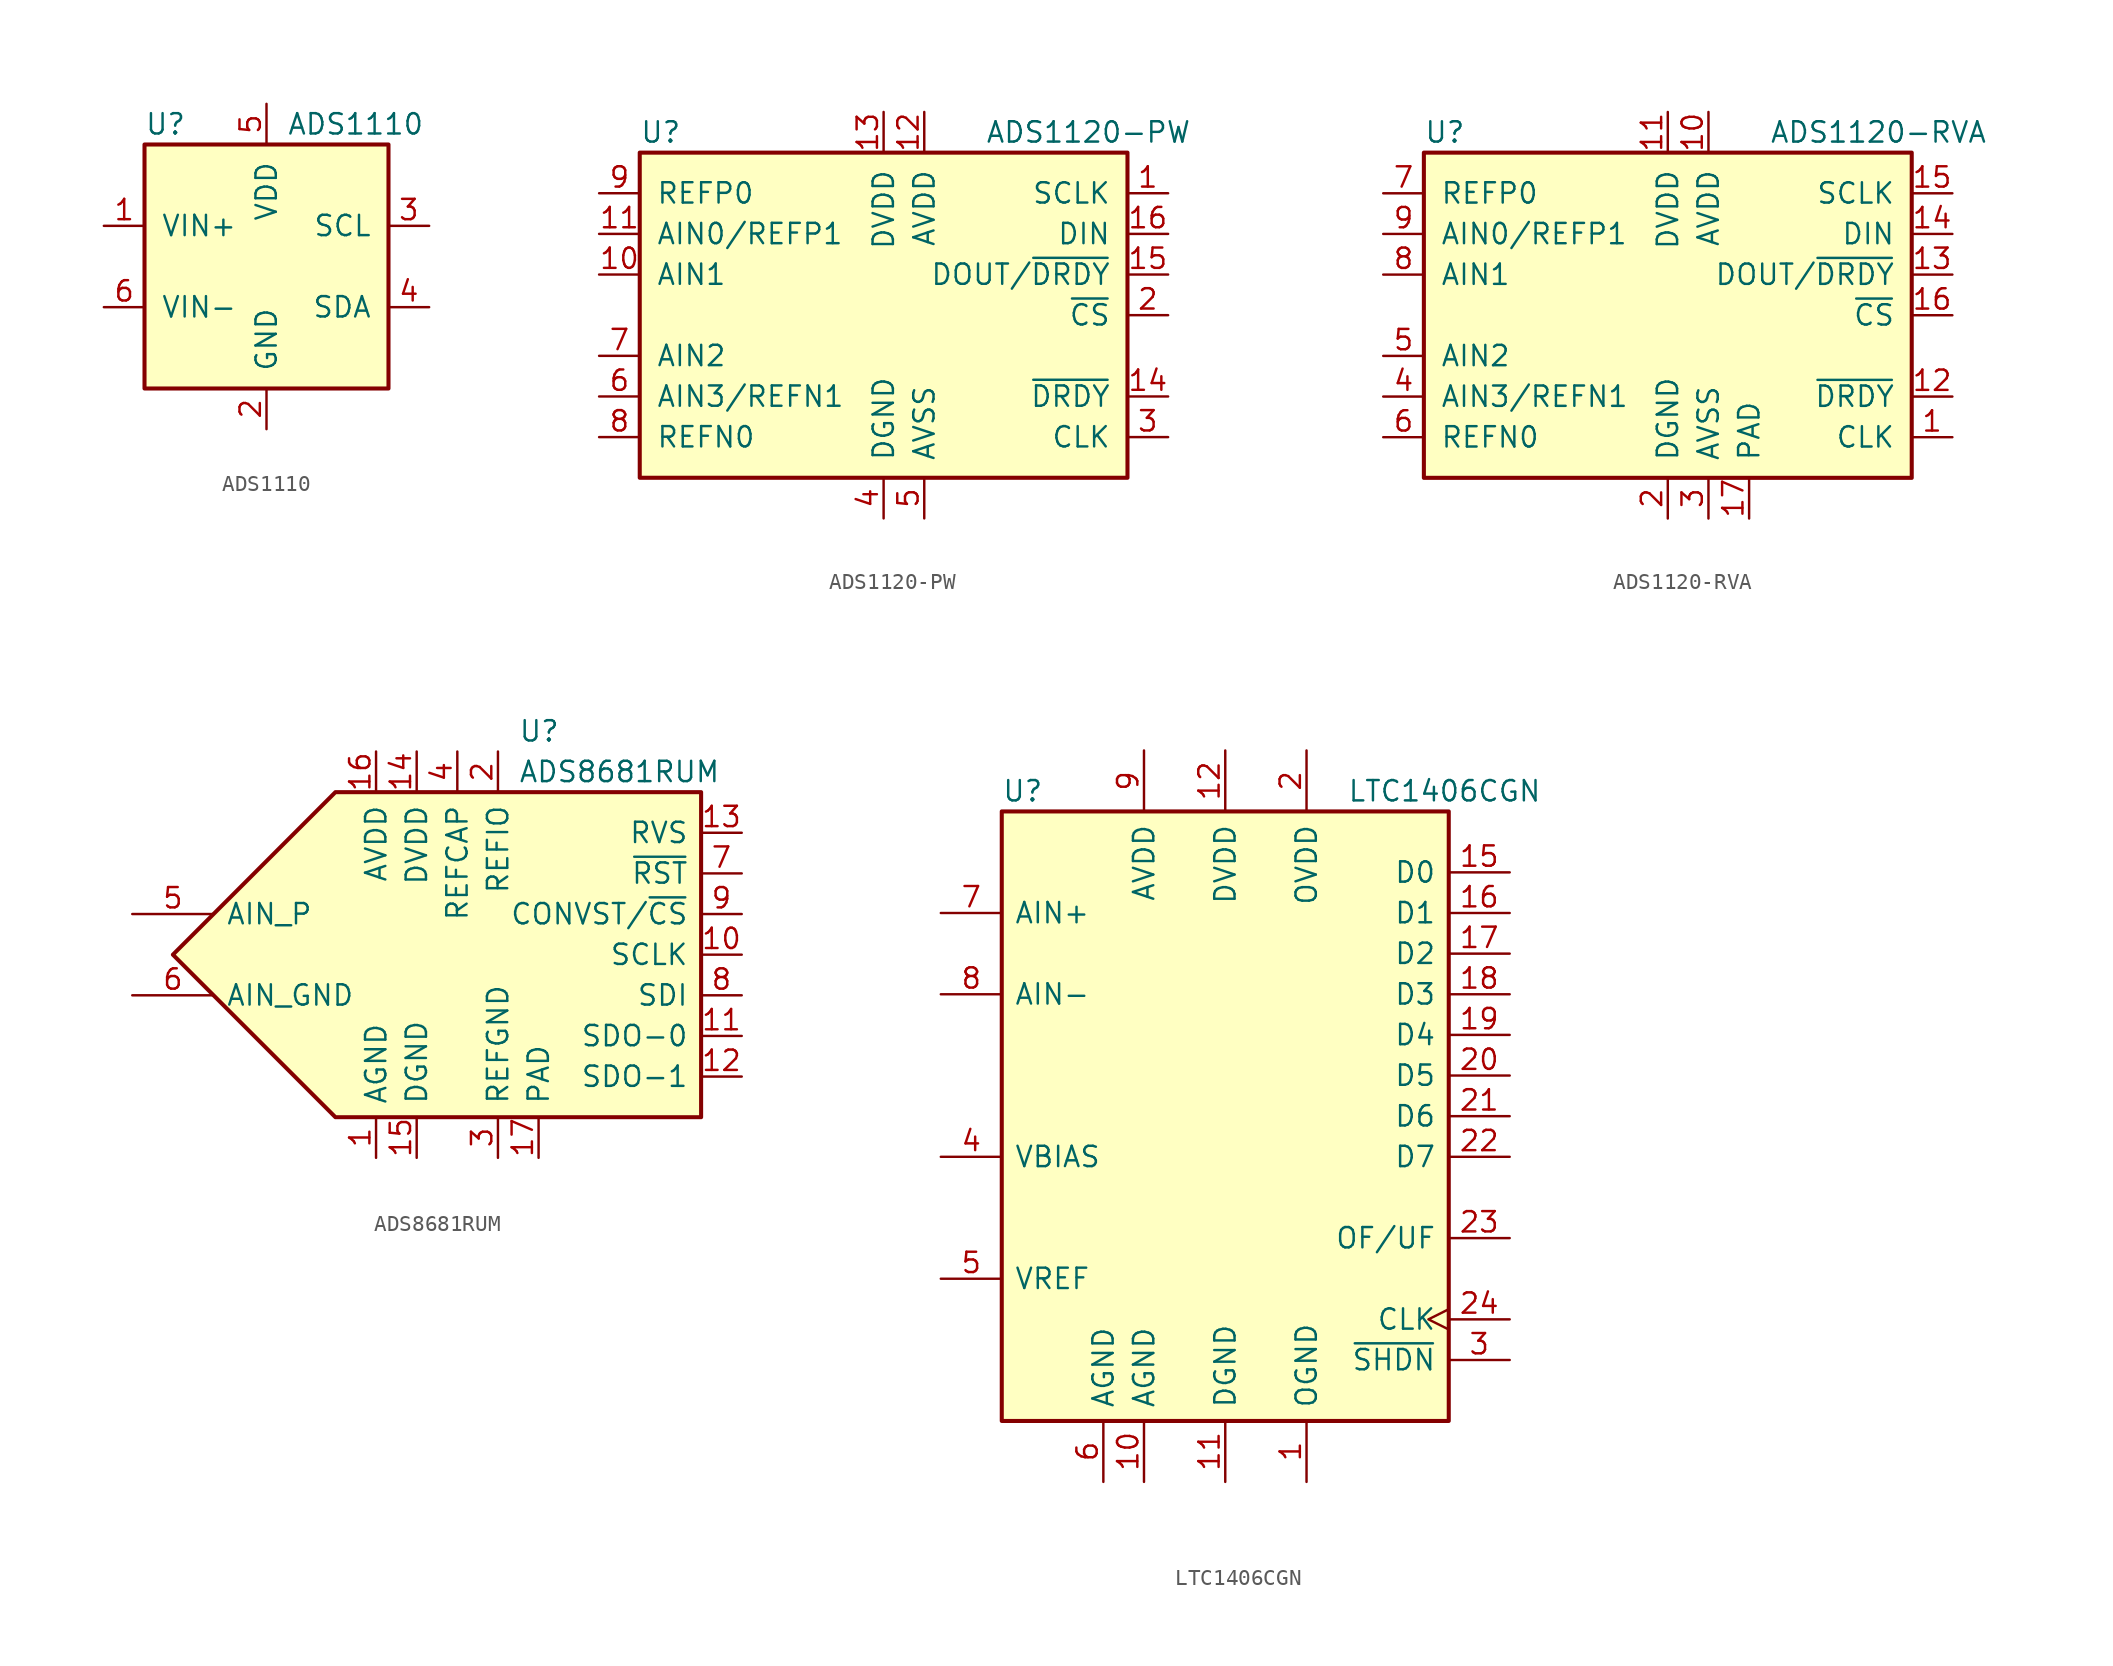
<source format=kicad_sym>
(kicad_symbol_lib
  (version 20201005)
  (generator kicad_symbol_editor)
  (symbol "ADS1110"
    (pin_names
      (offset 1.016))
    (property "Reference" "U"
      (at -7.62 8.89 0)
      (effects (font (size 1.27 1.27)) (justify left)))
    (property "Value" "ADS1110"
      (at 1.27 8.89 0)
      (effects (font (size 1.27 1.27)) (justify left)))
    (symbol "ADS1110_0_1"
      (rectangle (start -7.62 7.62) (end 7.62 -7.62) (stroke (width 0.254)) (fill (type background))))
    (symbol "ADS1110_1_1"
      (pin input line (at -10.16 2.54 0) (length 2.54) (name "VIN+" (effects (font (size 1.27 1.27)))) (number "1" (effects (font (size 1.27 1.27)))))
      (pin power_in line (at 0 -10.16 90) (length 2.54) (name "GND" (effects (font (size 1.27 1.27)))) (number "2" (effects (font (size 1.27 1.27)))))
      (pin input line (at 10.16 2.54 180) (length 2.54) (name "SCL" (effects (font (size 1.27 1.27)))) (number "3" (effects (font (size 1.27 1.27)))))
      (pin bidirectional line (at 10.16 -2.54 180) (length 2.54) (name "SDA" (effects (font (size 1.27 1.27)))) (number "4" (effects (font (size 1.27 1.27)))))
      (pin power_in line (at 0 10.16 270) (length 2.54) (name "VDD" (effects (font (size 1.27 1.27)))) (number "5" (effects (font (size 1.27 1.27)))))
      (pin input line (at -10.16 -2.54 0) (length 2.54) (name "VIN-" (effects (font (size 1.27 1.27)))) (number "6" (effects (font (size 1.27 1.27)))))))
  (symbol "ADS1120-PW"
    (pin_names
      (offset 1.016))
    (property "Reference" "U"
      (at -15.24 11.43 0)
      (effects (font (size 1.27 1.27)) (justify left)))
    (property "Value" "ADS1120-PW"
      (at 6.35 11.43 0)
      (effects (font (size 1.27 1.27)) (justify left)))
    (symbol "ADS1120-PW_0_1"
      (rectangle (start -15.24 10.16) (end 15.24 -10.16) (stroke (width 0.254)) (fill (type background))))
    (symbol "ADS1120-PW_1_1"
      (pin input line (at 17.78 7.62 180) (length 2.54) (name "SCLK" (effects (font (size 1.27 1.27)))) (number "1" (effects (font (size 1.27 1.27)))))
      (pin input line (at -17.78 2.54 0) (length 2.54) (name "AIN1" (effects (font (size 1.27 1.27)))) (number "10" (effects (font (size 1.27 1.27)))))
      (pin input line (at -17.78 5.08 0) (length 2.54) (name "AIN0/REFP1" (effects (font (size 1.27 1.27)))) (number "11" (effects (font (size 1.27 1.27)))))
      (pin power_in line (at 2.54 12.7 270) (length 2.54) (name "AVDD" (effects (font (size 1.27 1.27)))) (number "12" (effects (font (size 1.27 1.27)))))
      (pin power_in line (at 0 12.7 270) (length 2.54) (name "DVDD" (effects (font (size 1.27 1.27)))) (number "13" (effects (font (size 1.27 1.27)))))
      (pin output line (at 17.78 -5.08 180) (length 2.54) (name "~DRDY" (effects (font (size 1.27 1.27)))) (number "14" (effects (font (size 1.27 1.27)))))
      (pin output line (at 17.78 2.54 180) (length 2.54) (name "DOUT/~DRDY" (effects (font (size 1.27 1.27)))) (number "15" (effects (font (size 1.27 1.27)))))
      (pin input line (at 17.78 5.08 180) (length 2.54) (name "DIN" (effects (font (size 1.27 1.27)))) (number "16" (effects (font (size 1.27 1.27)))))
      (pin input line (at 17.78 0 180) (length 2.54) (name "~CS" (effects (font (size 1.27 1.27)))) (number "2" (effects (font (size 1.27 1.27)))))
      (pin input line (at 17.78 -7.62 180) (length 2.54) (name "CLK" (effects (font (size 1.27 1.27)))) (number "3" (effects (font (size 1.27 1.27)))))
      (pin power_in line (at 0 -12.7 90) (length 2.54) (name "DGND" (effects (font (size 1.27 1.27)))) (number "4" (effects (font (size 1.27 1.27)))))
      (pin power_in line (at 2.54 -12.7 90) (length 2.54) (name "AVSS" (effects (font (size 1.27 1.27)))) (number "5" (effects (font (size 1.27 1.27)))))
      (pin input line (at -17.78 -5.08 0) (length 2.54) (name "AIN3/REFN1" (effects (font (size 1.27 1.27)))) (number "6" (effects (font (size 1.27 1.27)))))
      (pin input line (at -17.78 -2.54 0) (length 2.54) (name "AIN2" (effects (font (size 1.27 1.27)))) (number "7" (effects (font (size 1.27 1.27)))))
      (pin input line (at -17.78 -7.62 0) (length 2.54) (name "REFN0" (effects (font (size 1.27 1.27)))) (number "8" (effects (font (size 1.27 1.27)))))
      (pin input line (at -17.78 7.62 0) (length 2.54) (name "REFP0" (effects (font (size 1.27 1.27)))) (number "9" (effects (font (size 1.27 1.27)))))))
  (symbol "ADS1120-RVA"
    (pin_names
      (offset 1.016))
    (property "Reference" "U"
      (at -15.24 11.43 0)
      (effects (font (size 1.27 1.27)) (justify left)))
    (property "Value" "ADS1120-RVA"
      (at 6.35 11.43 0)
      (effects (font (size 1.27 1.27)) (justify left)))
    (symbol "ADS1120-RVA_0_1"
      (rectangle (start -15.24 10.16) (end 15.24 -10.16) (stroke (width 0.254)) (fill (type background))))
    (symbol "ADS1120-RVA_1_1"
      (pin input line (at 17.78 -7.62 180) (length 2.54) (name "CLK" (effects (font (size 1.27 1.27)))) (number "1" (effects (font (size 1.27 1.27)))))
      (pin power_in line (at 2.54 12.7 270) (length 2.54) (name "AVDD" (effects (font (size 1.27 1.27)))) (number "10" (effects (font (size 1.27 1.27)))))
      (pin power_in line (at 0 12.7 270) (length 2.54) (name "DVDD" (effects (font (size 1.27 1.27)))) (number "11" (effects (font (size 1.27 1.27)))))
      (pin output line (at 17.78 -5.08 180) (length 2.54) (name "~DRDY" (effects (font (size 1.27 1.27)))) (number "12" (effects (font (size 1.27 1.27)))))
      (pin output line (at 17.78 2.54 180) (length 2.54) (name "DOUT/~DRDY" (effects (font (size 1.27 1.27)))) (number "13" (effects (font (size 1.27 1.27)))))
      (pin input line (at 17.78 5.08 180) (length 2.54) (name "DIN" (effects (font (size 1.27 1.27)))) (number "14" (effects (font (size 1.27 1.27)))))
      (pin input line (at 17.78 7.62 180) (length 2.54) (name "SCLK" (effects (font (size 1.27 1.27)))) (number "15" (effects (font (size 1.27 1.27)))))
      (pin input line (at 17.78 0 180) (length 2.54) (name "~CS" (effects (font (size 1.27 1.27)))) (number "16" (effects (font (size 1.27 1.27)))))
      (pin passive line (at 5.08 -12.7 90) (length 2.54) (name "PAD" (effects (font (size 1.27 1.27)))) (number "17" (effects (font (size 1.27 1.27)))))
      (pin power_in line (at 0 -12.7 90) (length 2.54) (name "DGND" (effects (font (size 1.27 1.27)))) (number "2" (effects (font (size 1.27 1.27)))))
      (pin power_in line (at 2.54 -12.7 90) (length 2.54) (name "AVSS" (effects (font (size 1.27 1.27)))) (number "3" (effects (font (size 1.27 1.27)))))
      (pin input line (at -17.78 -5.08 0) (length 2.54) (name "AIN3/REFN1" (effects (font (size 1.27 1.27)))) (number "4" (effects (font (size 1.27 1.27)))))
      (pin input line (at -17.78 -2.54 0) (length 2.54) (name "AIN2" (effects (font (size 1.27 1.27)))) (number "5" (effects (font (size 1.27 1.27)))))
      (pin input line (at -17.78 -7.62 0) (length 2.54) (name "REFN0" (effects (font (size 1.27 1.27)))) (number "6" (effects (font (size 1.27 1.27)))))
      (pin input line (at -17.78 7.62 0) (length 2.54) (name "REFP0" (effects (font (size 1.27 1.27)))) (number "7" (effects (font (size 1.27 1.27)))))
      (pin input line (at -17.78 2.54 0) (length 2.54) (name "AIN1" (effects (font (size 1.27 1.27)))) (number "8" (effects (font (size 1.27 1.27)))))
      (pin input line (at -17.78 5.08 0) (length 2.54) (name "AIN0/REFP1" (effects (font (size 1.27 1.27)))) (number "9" (effects (font (size 1.27 1.27)))))))
  (symbol "ADS8681RUM"
    (pin_names
      (offset 0.762))
    (property "Reference" "U"
      (at 6.35 13.97 0)
      (effects (font (size 1.27 1.27)) (justify left)))
    (property "Value" "ADS8681RUM"
      (at 6.35 11.43 0)
      (effects (font (size 1.27 1.27)) (justify left)))
    (symbol "ADS8681RUM_0_1"
      (polyline (pts (xy -5.08 10.16) (xy 17.78 10.16) (xy 17.78 -10.16) (xy -5.08 -10.16) (xy -15.24 0) (xy -5.08 10.16)) (stroke (width 0.254)) (fill (type background))))
    (symbol "ADS8681RUM_1_1"
      (pin power_in line (at -2.54 -12.7 90) (length 2.54) (name "AGND" (effects (font (size 1.27 1.27)))) (number "1" (effects (font (size 1.27 1.27)))))
      (pin input line (at 20.32 0 180) (length 2.54) (name "SCLK" (effects (font (size 1.27 1.27)))) (number "10" (effects (font (size 1.27 1.27)))))
      (pin tri_state line (at 20.32 -5.08 180) (length 2.54) (name "SDO-0" (effects (font (size 1.27 1.27)))) (number "11" (effects (font (size 1.27 1.27)))))
      (pin tri_state line (at 20.32 -7.62 180) (length 2.54) (name "SDO-1" (effects (font (size 1.27 1.27)))) (number "12" (effects (font (size 1.27 1.27)))))
      (pin output line (at 20.32 7.62 180) (length 2.54) (name "RVS" (effects (font (size 1.27 1.27)))) (number "13" (effects (font (size 1.27 1.27)))))
      (pin power_in line (at 0 12.7 270) (length 2.54) (name "DVDD" (effects (font (size 1.27 1.27)))) (number "14" (effects (font (size 1.27 1.27)))))
      (pin power_in line (at 0 -12.7 90) (length 2.54) (name "DGND" (effects (font (size 1.27 1.27)))) (number "15" (effects (font (size 1.27 1.27)))))
      (pin power_in line (at -2.54 12.7 270) (length 2.54) (name "AVDD" (effects (font (size 1.27 1.27)))) (number "16" (effects (font (size 1.27 1.27)))))
      (pin power_in line (at 7.62 -12.7 90) (length 2.54) (name "PAD" (effects (font (size 1.27 1.27)))) (number "17" (effects (font (size 1.27 1.27)))))
      (pin passive line (at 5.08 12.7 270) (length 2.54) (name "REFIO" (effects (font (size 1.27 1.27)))) (number "2" (effects (font (size 1.27 1.27)))))
      (pin power_in line (at 5.08 -12.7 90) (length 2.54) (name "REFGND" (effects (font (size 1.27 1.27)))) (number "3" (effects (font (size 1.27 1.27)))))
      (pin power_in line (at 2.54 12.7 270) (length 2.54) (name "REFCAP" (effects (font (size 1.27 1.27)))) (number "4" (effects (font (size 1.27 1.27)))))
      (pin input line (at -17.78 2.54 0) (length 5.08) (name "AIN_P" (effects (font (size 1.27 1.27)))) (number "5" (effects (font (size 1.27 1.27)))))
      (pin input line (at -17.78 -2.54 0) (length 5.08) (name "AIN_GND" (effects (font (size 1.27 1.27)))) (number "6" (effects (font (size 1.27 1.27)))))
      (pin input line (at 20.32 5.08 180) (length 2.54) (name "~RST" (effects (font (size 1.27 1.27)))) (number "7" (effects (font (size 1.27 1.27)))))
      (pin input line (at 20.32 -2.54 180) (length 2.54) (name "SDI" (effects (font (size 1.27 1.27)))) (number "8" (effects (font (size 1.27 1.27)))))
      (pin input line (at 20.32 2.54 180) (length 2.54) (name "CONVST/~CS" (effects (font (size 1.27 1.27)))) (number "9" (effects (font (size 1.27 1.27)))))))
  (symbol "LTC1406CGN"
    (pin_names
      (offset 0.762))
    (property "Reference" "U"
      (at -13.97 20.32 0)
      (effects (font (size 1.27 1.27)) (justify left)))
    (property "Value" "LTC1406CGN"
      (at 7.62 20.32 0)
      (effects (font (size 1.27 1.27)) (justify left)))
    (symbol "LTC1406CGN_0_1"
      (rectangle (start -13.97 -19.05) (end 13.97 19.05) (stroke (width 0.254)) (fill (type background))))
    (symbol "LTC1406CGN_1_1"
      (pin power_in line (at 5.08 -22.86 90) (length 3.81) (name "OGND" (effects (font (size 1.27 1.27)))) (number "1" (effects (font (size 1.27 1.27)))))
      (pin power_in line (at -5.08 -22.86 90) (length 3.81) (name "AGND" (effects (font (size 1.27 1.27)))) (number "10" (effects (font (size 1.27 1.27)))))
      (pin power_in line (at 0 -22.86 90) (length 3.81) (name "DGND" (effects (font (size 1.27 1.27)))) (number "11" (effects (font (size 1.27 1.27)))))
      (pin power_in line (at 0 22.86 270) (length 3.81) (name "DVDD" (effects (font (size 1.27 1.27)))) (number "12" (effects (font (size 1.27 1.27)))))
      (pin no_connect line (at 7.62 -22.86 90) (length 3.81) hide (name "NC" (effects (font (size 1.27 1.27)))) (number "13" (effects (font (size 1.27 1.27)))))
      (pin no_connect line (at 10.16 -22.86 90) (length 3.81) hide (name "NC" (effects (font (size 1.27 1.27)))) (number "14" (effects (font (size 1.27 1.27)))))
      (pin output line (at 17.78 15.24 180) (length 3.81) (name "D0" (effects (font (size 1.27 1.27)))) (number "15" (effects (font (size 1.27 1.27)))))
      (pin output line (at 17.78 12.7 180) (length 3.81) (name "D1" (effects (font (size 1.27 1.27)))) (number "16" (effects (font (size 1.27 1.27)))))
      (pin output line (at 17.78 10.16 180) (length 3.81) (name "D2" (effects (font (size 1.27 1.27)))) (number "17" (effects (font (size 1.27 1.27)))))
      (pin output line (at 17.78 7.62 180) (length 3.81) (name "D3" (effects (font (size 1.27 1.27)))) (number "18" (effects (font (size 1.27 1.27)))))
      (pin output line (at 17.78 5.08 180) (length 3.81) (name "D4" (effects (font (size 1.27 1.27)))) (number "19" (effects (font (size 1.27 1.27)))))
      (pin power_in line (at 5.08 22.86 270) (length 3.81) (name "OVDD" (effects (font (size 1.27 1.27)))) (number "2" (effects (font (size 1.27 1.27)))))
      (pin output line (at 17.78 2.54 180) (length 3.81) (name "D5" (effects (font (size 1.27 1.27)))) (number "20" (effects (font (size 1.27 1.27)))))
      (pin output line (at 17.78 0 180) (length 3.81) (name "D6" (effects (font (size 1.27 1.27)))) (number "21" (effects (font (size 1.27 1.27)))))
      (pin output line (at 17.78 -2.54 180) (length 3.81) (name "D7" (effects (font (size 1.27 1.27)))) (number "22" (effects (font (size 1.27 1.27)))))
      (pin output line (at 17.78 -7.62 180) (length 3.81) (name "OF/UF" (effects (font (size 1.27 1.27)))) (number "23" (effects (font (size 1.27 1.27)))))
      (pin input clock (at 17.78 -12.7 180) (length 3.81) (name "CLK" (effects (font (size 1.27 1.27)))) (number "24" (effects (font (size 1.27 1.27)))))
      (pin input line (at 17.78 -15.24 180) (length 3.81) (name "~SHDN~" (effects (font (size 1.27 1.27)))) (number "3" (effects (font (size 1.27 1.27)))))
      (pin input line (at -17.78 -2.54 0) (length 3.81) (name "VBIAS" (effects (font (size 1.27 1.27)))) (number "4" (effects (font (size 1.27 1.27)))))
      (pin input line (at -17.78 -10.16 0) (length 3.81) (name "VREF" (effects (font (size 1.27 1.27)))) (number "5" (effects (font (size 1.27 1.27)))))
      (pin power_in line (at -7.62 -22.86 90) (length 3.81) (name "AGND" (effects (font (size 1.27 1.27)))) (number "6" (effects (font (size 1.27 1.27)))))
      (pin input line (at -17.78 12.7 0) (length 3.81) (name "AIN+" (effects (font (size 1.27 1.27)))) (number "7" (effects (font (size 1.27 1.27)))))
      (pin input line (at -17.78 7.62 0) (length 3.81) (name "AIN-" (effects (font (size 1.27 1.27)))) (number "8" (effects (font (size 1.27 1.27)))))
      (pin power_in line (at -5.08 22.86 270) (length 3.81) (name "AVDD" (effects (font (size 1.27 1.27)))) (number "9" (effects (font (size 1.27 1.27))))))))
</source>
